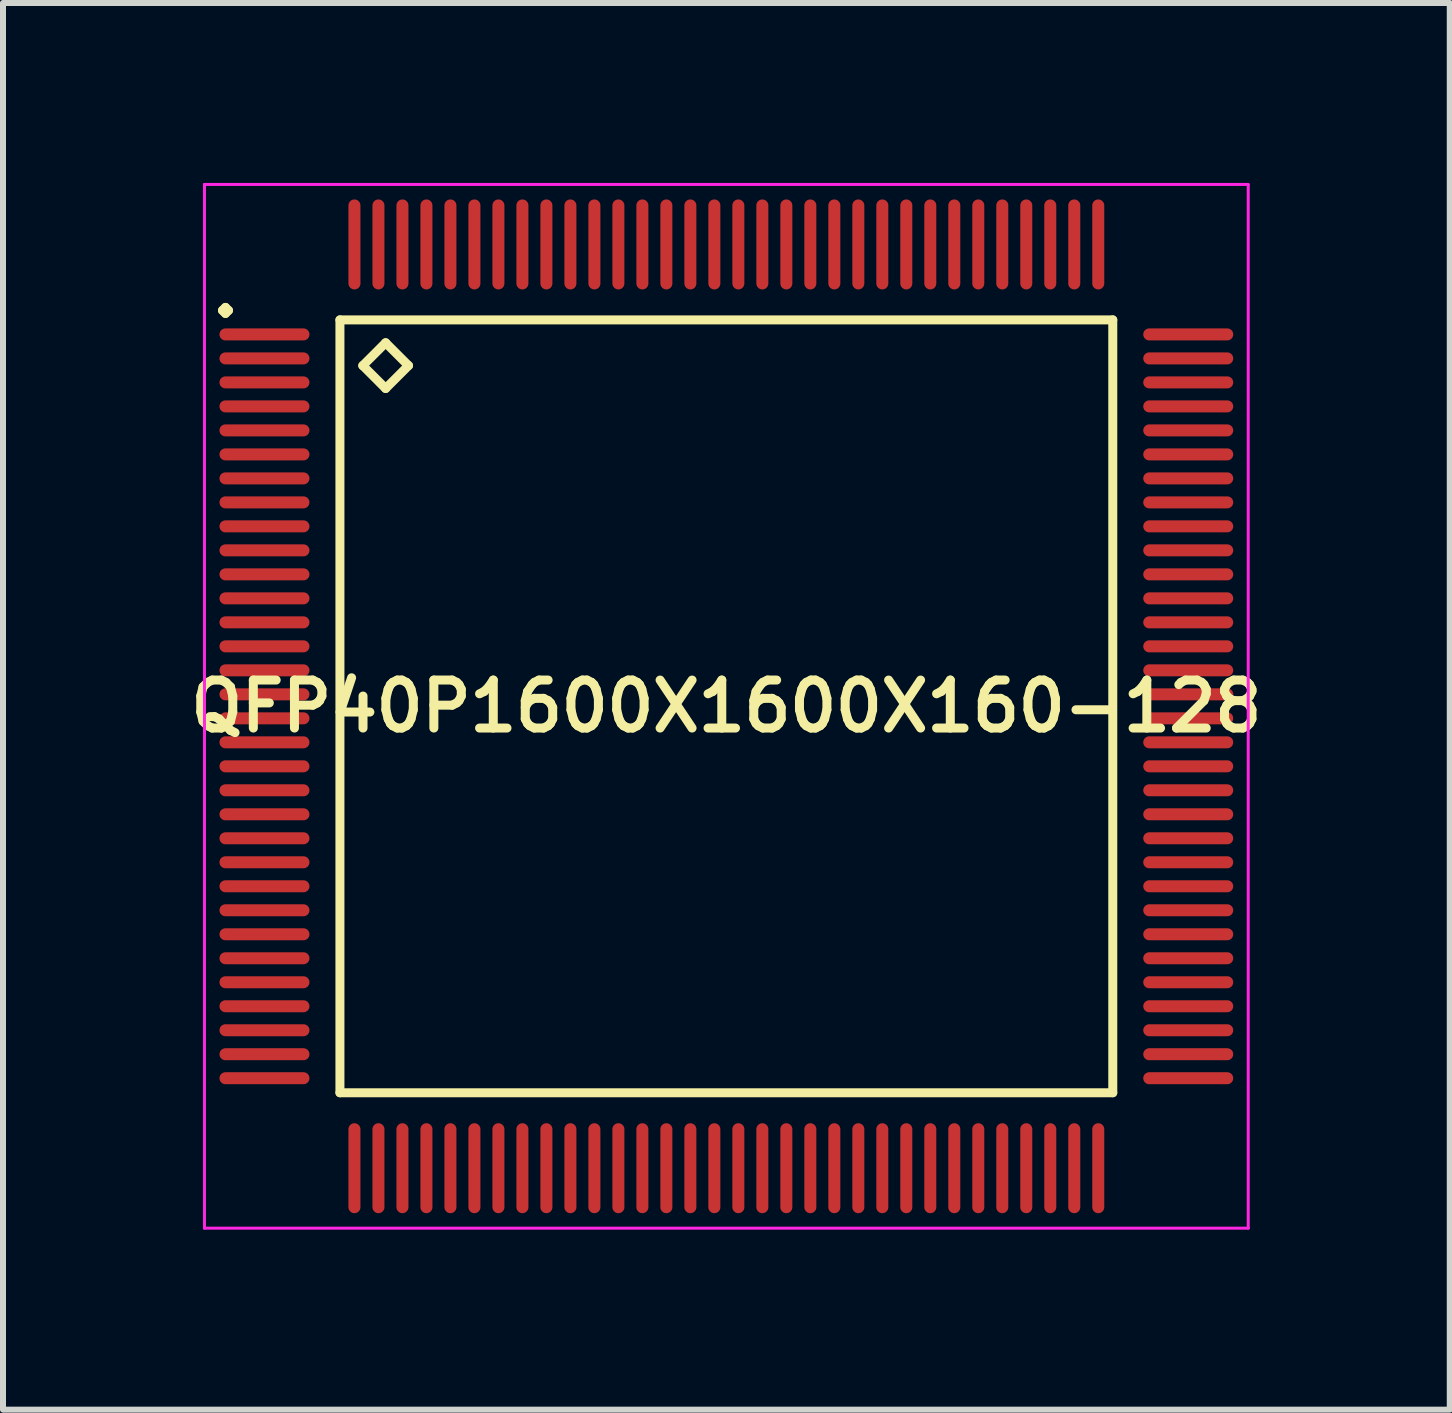
<source format=kicad_pcb>
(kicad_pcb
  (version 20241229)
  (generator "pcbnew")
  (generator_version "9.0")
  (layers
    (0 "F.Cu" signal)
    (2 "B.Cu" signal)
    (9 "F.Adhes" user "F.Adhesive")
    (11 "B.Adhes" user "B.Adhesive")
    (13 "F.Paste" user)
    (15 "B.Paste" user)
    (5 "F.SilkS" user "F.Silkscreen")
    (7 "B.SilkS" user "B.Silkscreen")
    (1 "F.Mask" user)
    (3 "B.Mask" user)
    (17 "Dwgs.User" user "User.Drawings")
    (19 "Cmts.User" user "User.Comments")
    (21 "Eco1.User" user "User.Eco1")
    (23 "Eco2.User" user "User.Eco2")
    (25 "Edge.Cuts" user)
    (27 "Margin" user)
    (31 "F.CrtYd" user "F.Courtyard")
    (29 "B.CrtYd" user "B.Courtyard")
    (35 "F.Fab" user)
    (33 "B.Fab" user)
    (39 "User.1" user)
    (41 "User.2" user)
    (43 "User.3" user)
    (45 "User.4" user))
  (footprint "QFP40P1600X1600X160-128"
    (layer "F.Cu")
    (at 9.059 8.725)
    (property "Reference" "QFP40P1600X1600X160-128" (at 0 0 0) (layer "F.SilkS") (effects (font (size 0.8 0.8) (thickness 0.15))))
    (attr smd)
    (fp_line (start -8.4 -6.6) (end -8.35 -6.65) (stroke (width 0.15) (type solid)) (layer "F.SilkS"))
    (fp_line (start -8.35 -6.65) (end -8.3 -6.6) (stroke (width 0.15) (type solid)) (layer "F.SilkS"))
    (fp_line (start -8.35 -6.55) (end -8.4 -6.6) (stroke (width 0.15) (type solid)) (layer "F.SilkS"))
    (fp_line (start -8.3 -6.6) (end -8.35 -6.55) (stroke (width 0.15) (type solid)) (layer "F.SilkS"))
    (fp_line (start -6.442 -6.442) (end -6.442 6.442) (stroke (width 0.15) (type solid)) (layer "F.SilkS"))
    (fp_line (start -6.442 6.442) (end 6.442 6.442) (stroke (width 0.15) (type solid)) (layer "F.SilkS"))
    (fp_line (start -6.061 -5.68) (end -5.68 -6.061) (stroke (width 0.15) (type solid)) (layer "F.SilkS"))
    (fp_line (start -5.68 -6.061) (end -5.299 -5.68) (stroke (width 0.15) (type solid)) (layer "F.SilkS"))
    (fp_line (start -5.68 -5.299) (end -6.061 -5.68) (stroke (width 0.15) (type solid)) (layer "F.SilkS"))
    (fp_line (start -5.299 -5.68) (end -5.68 -5.299) (stroke (width 0.15) (type solid)) (layer "F.SilkS"))
    (fp_line (start 6.442 -6.442) (end -6.442 -6.442) (stroke (width 0.15) (type solid)) (layer "F.SilkS"))
    (fp_line (start 6.442 6.442) (end 6.442 -6.442) (stroke (width 0.15) (type solid)) (layer "F.SilkS"))
    (fp_line (start -8.7 -8.7) (end 8.7 -8.7) (stroke (width 0.05) (type solid)) (layer "F.CrtYd"))
    (fp_line (start -8.7 8.7) (end -8.7 -8.7) (stroke (width 0.05) (type solid)) (layer "F.CrtYd"))
    (fp_line (start 8.7 -8.7) (end 8.7 8.7) (stroke (width 0.05) (type solid)) (layer "F.CrtYd"))
    (fp_line (start 8.7 8.7) (end -8.7 8.7) (stroke (width 0.05) (type solid)) (layer "F.CrtYd"))
    (pad "1" smd oval (at -7.7 -6.2) (size 1.5 0.2) (layers "F.Cu" "F.Mask" "F.Paste"))
    (pad "2" smd oval (at -7.7 -5.8) (size 1.5 0.2) (layers "F.Cu" "F.Mask" "F.Paste"))
    (pad "3" smd oval (at -7.7 -5.4) (size 1.5 0.2) (layers "F.Cu" "F.Mask" "F.Paste"))
    (pad "4" smd oval (at -7.7 -5) (size 1.5 0.2) (layers "F.Cu" "F.Mask" "F.Paste"))
    (pad "5" smd oval (at -7.7 -4.6) (size 1.5 0.2) (layers "F.Cu" "F.Mask" "F.Paste"))
    (pad "6" smd oval (at -7.7 -4.2) (size 1.5 0.2) (layers "F.Cu" "F.Mask" "F.Paste"))
    (pad "7" smd oval (at -7.7 -3.8) (size 1.5 0.2) (layers "F.Cu" "F.Mask" "F.Paste"))
    (pad "8" smd oval (at -7.7 -3.4) (size 1.5 0.2) (layers "F.Cu" "F.Mask" "F.Paste"))
    (pad "9" smd oval (at -7.7 -3) (size 1.5 0.2) (layers "F.Cu" "F.Mask" "F.Paste"))
    (pad "10" smd oval (at -7.7 -2.6) (size 1.5 0.2) (layers "F.Cu" "F.Mask" "F.Paste"))
    (pad "11" smd oval (at -7.7 -2.2) (size 1.5 0.2) (layers "F.Cu" "F.Mask" "F.Paste"))
    (pad "12" smd oval (at -7.7 -1.8) (size 1.5 0.2) (layers "F.Cu" "F.Mask" "F.Paste"))
    (pad "13" smd oval (at -7.7 -1.4) (size 1.5 0.2) (layers "F.Cu" "F.Mask" "F.Paste"))
    (pad "14" smd oval (at -7.7 -1) (size 1.5 0.2) (layers "F.Cu" "F.Mask" "F.Paste"))
    (pad "15" smd oval (at -7.7 -0.6) (size 1.5 0.2) (layers "F.Cu" "F.Mask" "F.Paste"))
    (pad "16" smd oval (at -7.7 -0.2) (size 1.5 0.2) (layers "F.Cu" "F.Mask" "F.Paste"))
    (pad "17" smd oval (at -7.7 0.2) (size 1.5 0.2) (layers "F.Cu" "F.Mask" "F.Paste"))
    (pad "18" smd oval (at -7.7 0.6) (size 1.5 0.2) (layers "F.Cu" "F.Mask" "F.Paste"))
    (pad "19" smd oval (at -7.7 1) (size 1.5 0.2) (layers "F.Cu" "F.Mask" "F.Paste"))
    (pad "20" smd oval (at -7.7 1.4) (size 1.5 0.2) (layers "F.Cu" "F.Mask" "F.Paste"))
    (pad "21" smd oval (at -7.7 1.8) (size 1.5 0.2) (layers "F.Cu" "F.Mask" "F.Paste"))
    (pad "22" smd oval (at -7.7 2.2) (size 1.5 0.2) (layers "F.Cu" "F.Mask" "F.Paste"))
    (pad "23" smd oval (at -7.7 2.6) (size 1.5 0.2) (layers "F.Cu" "F.Mask" "F.Paste"))
    (pad "24" smd oval (at -7.7 3) (size 1.5 0.2) (layers "F.Cu" "F.Mask" "F.Paste"))
    (pad "25" smd oval (at -7.7 3.4) (size 1.5 0.2) (layers "F.Cu" "F.Mask" "F.Paste"))
    (pad "26" smd oval (at -7.7 3.8) (size 1.5 0.2) (layers "F.Cu" "F.Mask" "F.Paste"))
    (pad "27" smd oval (at -7.7 4.2) (size 1.5 0.2) (layers "F.Cu" "F.Mask" "F.Paste"))
    (pad "28" smd oval (at -7.7 4.6) (size 1.5 0.2) (layers "F.Cu" "F.Mask" "F.Paste"))
    (pad "29" smd oval (at -7.7 5) (size 1.5 0.2) (layers "F.Cu" "F.Mask" "F.Paste"))
    (pad "30" smd oval (at -7.7 5.4) (size 1.5 0.2) (layers "F.Cu" "F.Mask" "F.Paste"))
    (pad "31" smd oval (at -7.7 5.8) (size 1.5 0.2) (layers "F.Cu" "F.Mask" "F.Paste"))
    (pad "32" smd oval (at -7.7 6.2) (size 1.5 0.2) (layers "F.Cu" "F.Mask" "F.Paste"))
    (pad "33" smd oval (at -6.2 7.7) (size 0.2 1.5) (layers "F.Cu" "F.Mask" "F.Paste"))
    (pad "34" smd oval (at -5.8 7.7) (size 0.2 1.5) (layers "F.Cu" "F.Mask" "F.Paste"))
    (pad "35" smd oval (at -5.4 7.7) (size 0.2 1.5) (layers "F.Cu" "F.Mask" "F.Paste"))
    (pad "36" smd oval (at -5 7.7) (size 0.2 1.5) (layers "F.Cu" "F.Mask" "F.Paste"))
    (pad "37" smd oval (at -4.6 7.7) (size 0.2 1.5) (layers "F.Cu" "F.Mask" "F.Paste"))
    (pad "38" smd oval (at -4.2 7.7) (size 0.2 1.5) (layers "F.Cu" "F.Mask" "F.Paste"))
    (pad "39" smd oval (at -3.8 7.7) (size 0.2 1.5) (layers "F.Cu" "F.Mask" "F.Paste"))
    (pad "40" smd oval (at -3.4 7.7) (size 0.2 1.5) (layers "F.Cu" "F.Mask" "F.Paste"))
    (pad "41" smd oval (at -3 7.7) (size 0.2 1.5) (layers "F.Cu" "F.Mask" "F.Paste"))
    (pad "42" smd oval (at -2.6 7.7) (size 0.2 1.5) (layers "F.Cu" "F.Mask" "F.Paste"))
    (pad "43" smd oval (at -2.2 7.7) (size 0.2 1.5) (layers "F.Cu" "F.Mask" "F.Paste"))
    (pad "44" smd oval (at -1.8 7.7) (size 0.2 1.5) (layers "F.Cu" "F.Mask" "F.Paste"))
    (pad "45" smd oval (at -1.4 7.7) (size 0.2 1.5) (layers "F.Cu" "F.Mask" "F.Paste"))
    (pad "46" smd oval (at -1 7.7) (size 0.2 1.5) (layers "F.Cu" "F.Mask" "F.Paste"))
    (pad "47" smd oval (at -0.6 7.7) (size 0.2 1.5) (layers "F.Cu" "F.Mask" "F.Paste"))
    (pad "48" smd oval (at -0.2 7.7) (size 0.2 1.5) (layers "F.Cu" "F.Mask" "F.Paste"))
    (pad "49" smd oval (at 0.2 7.7) (size 0.2 1.5) (layers "F.Cu" "F.Mask" "F.Paste"))
    (pad "50" smd oval (at 0.6 7.7) (size 0.2 1.5) (layers "F.Cu" "F.Mask" "F.Paste"))
    (pad "51" smd oval (at 1 7.7) (size 0.2 1.5) (layers "F.Cu" "F.Mask" "F.Paste"))
    (pad "52" smd oval (at 1.4 7.7) (size 0.2 1.5) (layers "F.Cu" "F.Mask" "F.Paste"))
    (pad "53" smd oval (at 1.8 7.7) (size 0.2 1.5) (layers "F.Cu" "F.Mask" "F.Paste"))
    (pad "54" smd oval (at 2.2 7.7) (size 0.2 1.5) (layers "F.Cu" "F.Mask" "F.Paste"))
    (pad "55" smd oval (at 2.6 7.7) (size 0.2 1.5) (layers "F.Cu" "F.Mask" "F.Paste"))
    (pad "56" smd oval (at 3 7.7) (size 0.2 1.5) (layers "F.Cu" "F.Mask" "F.Paste"))
    (pad "57" smd oval (at 3.4 7.7) (size 0.2 1.5) (layers "F.Cu" "F.Mask" "F.Paste"))
    (pad "58" smd oval (at 3.8 7.7) (size 0.2 1.5) (layers "F.Cu" "F.Mask" "F.Paste"))
    (pad "59" smd oval (at 4.2 7.7) (size 0.2 1.5) (layers "F.Cu" "F.Mask" "F.Paste"))
    (pad "60" smd oval (at 4.6 7.7) (size 0.2 1.5) (layers "F.Cu" "F.Mask" "F.Paste"))
    (pad "61" smd oval (at 5 7.7) (size 0.2 1.5) (layers "F.Cu" "F.Mask" "F.Paste"))
    (pad "62" smd oval (at 5.4 7.7) (size 0.2 1.5) (layers "F.Cu" "F.Mask" "F.Paste"))
    (pad "63" smd oval (at 5.8 7.7) (size 0.2 1.5) (layers "F.Cu" "F.Mask" "F.Paste"))
    (pad "64" smd oval (at 6.2 7.7) (size 0.2 1.5) (layers "F.Cu" "F.Mask" "F.Paste"))
    (pad "65" smd oval (at 7.7 6.2) (size 1.5 0.2) (layers "F.Cu" "F.Mask" "F.Paste"))
    (pad "66" smd oval (at 7.7 5.8) (size 1.5 0.2) (layers "F.Cu" "F.Mask" "F.Paste"))
    (pad "67" smd oval (at 7.7 5.4) (size 1.5 0.2) (layers "F.Cu" "F.Mask" "F.Paste"))
    (pad "68" smd oval (at 7.7 5) (size 1.5 0.2) (layers "F.Cu" "F.Mask" "F.Paste"))
    (pad "69" smd oval (at 7.7 4.6) (size 1.5 0.2) (layers "F.Cu" "F.Mask" "F.Paste"))
    (pad "70" smd oval (at 7.7 4.2) (size 1.5 0.2) (layers "F.Cu" "F.Mask" "F.Paste"))
    (pad "71" smd oval (at 7.7 3.8) (size 1.5 0.2) (layers "F.Cu" "F.Mask" "F.Paste"))
    (pad "72" smd oval (at 7.7 3.4) (size 1.5 0.2) (layers "F.Cu" "F.Mask" "F.Paste"))
    (pad "73" smd oval (at 7.7 3) (size 1.5 0.2) (layers "F.Cu" "F.Mask" "F.Paste"))
    (pad "74" smd oval (at 7.7 2.6) (size 1.5 0.2) (layers "F.Cu" "F.Mask" "F.Paste"))
    (pad "75" smd oval (at 7.7 2.2) (size 1.5 0.2) (layers "F.Cu" "F.Mask" "F.Paste"))
    (pad "76" smd oval (at 7.7 1.8) (size 1.5 0.2) (layers "F.Cu" "F.Mask" "F.Paste"))
    (pad "77" smd oval (at 7.7 1.4) (size 1.5 0.2) (layers "F.Cu" "F.Mask" "F.Paste"))
    (pad "78" smd oval (at 7.7 1) (size 1.5 0.2) (layers "F.Cu" "F.Mask" "F.Paste"))
    (pad "79" smd oval (at 7.7 0.6) (size 1.5 0.2) (layers "F.Cu" "F.Mask" "F.Paste"))
    (pad "80" smd oval (at 7.7 0.2) (size 1.5 0.2) (layers "F.Cu" "F.Mask" "F.Paste"))
    (pad "81" smd oval (at 7.7 -0.2) (size 1.5 0.2) (layers "F.Cu" "F.Mask" "F.Paste"))
    (pad "82" smd oval (at 7.7 -0.6) (size 1.5 0.2) (layers "F.Cu" "F.Mask" "F.Paste"))
    (pad "83" smd oval (at 7.7 -1) (size 1.5 0.2) (layers "F.Cu" "F.Mask" "F.Paste"))
    (pad "84" smd oval (at 7.7 -1.4) (size 1.5 0.2) (layers "F.Cu" "F.Mask" "F.Paste"))
    (pad "85" smd oval (at 7.7 -1.8) (size 1.5 0.2) (layers "F.Cu" "F.Mask" "F.Paste"))
    (pad "86" smd oval (at 7.7 -2.2) (size 1.5 0.2) (layers "F.Cu" "F.Mask" "F.Paste"))
    (pad "87" smd oval (at 7.7 -2.6) (size 1.5 0.2) (layers "F.Cu" "F.Mask" "F.Paste"))
    (pad "88" smd oval (at 7.7 -3) (size 1.5 0.2) (layers "F.Cu" "F.Mask" "F.Paste"))
    (pad "89" smd oval (at 7.7 -3.4) (size 1.5 0.2) (layers "F.Cu" "F.Mask" "F.Paste"))
    (pad "90" smd oval (at 7.7 -3.8) (size 1.5 0.2) (layers "F.Cu" "F.Mask" "F.Paste"))
    (pad "91" smd oval (at 7.7 -4.2) (size 1.5 0.2) (layers "F.Cu" "F.Mask" "F.Paste"))
    (pad "92" smd oval (at 7.7 -4.6) (size 1.5 0.2) (layers "F.Cu" "F.Mask" "F.Paste"))
    (pad "93" smd oval (at 7.7 -5) (size 1.5 0.2) (layers "F.Cu" "F.Mask" "F.Paste"))
    (pad "94" smd oval (at 7.7 -5.4) (size 1.5 0.2) (layers "F.Cu" "F.Mask" "F.Paste"))
    (pad "95" smd oval (at 7.7 -5.8) (size 1.5 0.2) (layers "F.Cu" "F.Mask" "F.Paste"))
    (pad "96" smd oval (at 7.7 -6.2) (size 1.5 0.2) (layers "F.Cu" "F.Mask" "F.Paste"))
    (pad "97" smd oval (at 6.2 -7.7) (size 0.2 1.5) (layers "F.Cu" "F.Mask" "F.Paste"))
    (pad "98" smd oval (at 5.8 -7.7) (size 0.2 1.5) (layers "F.Cu" "F.Mask" "F.Paste"))
    (pad "99" smd oval (at 5.4 -7.7) (size 0.2 1.5) (layers "F.Cu" "F.Mask" "F.Paste"))
    (pad "100" smd oval (at 5 -7.7) (size 0.2 1.5) (layers "F.Cu" "F.Mask" "F.Paste"))
    (pad "101" smd oval (at 4.6 -7.7) (size 0.2 1.5) (layers "F.Cu" "F.Mask" "F.Paste"))
    (pad "102" smd oval (at 4.2 -7.7) (size 0.2 1.5) (layers "F.Cu" "F.Mask" "F.Paste"))
    (pad "103" smd oval (at 3.8 -7.7) (size 0.2 1.5) (layers "F.Cu" "F.Mask" "F.Paste"))
    (pad "104" smd oval (at 3.4 -7.7) (size 0.2 1.5) (layers "F.Cu" "F.Mask" "F.Paste"))
    (pad "105" smd oval (at 3 -7.7) (size 0.2 1.5) (layers "F.Cu" "F.Mask" "F.Paste"))
    (pad "106" smd oval (at 2.6 -7.7) (size 0.2 1.5) (layers "F.Cu" "F.Mask" "F.Paste"))
    (pad "107" smd oval (at 2.2 -7.7) (size 0.2 1.5) (layers "F.Cu" "F.Mask" "F.Paste"))
    (pad "108" smd oval (at 1.8 -7.7) (size 0.2 1.5) (layers "F.Cu" "F.Mask" "F.Paste"))
    (pad "109" smd oval (at 1.4 -7.7) (size 0.2 1.5) (layers "F.Cu" "F.Mask" "F.Paste"))
    (pad "110" smd oval (at 1 -7.7) (size 0.2 1.5) (layers "F.Cu" "F.Mask" "F.Paste"))
    (pad "111" smd oval (at 0.6 -7.7) (size 0.2 1.5) (layers "F.Cu" "F.Mask" "F.Paste"))
    (pad "112" smd oval (at 0.2 -7.7) (size 0.2 1.5) (layers "F.Cu" "F.Mask" "F.Paste"))
    (pad "113" smd oval (at -0.2 -7.7) (size 0.2 1.5) (layers "F.Cu" "F.Mask" "F.Paste"))
    (pad "114" smd oval (at -0.6 -7.7) (size 0.2 1.5) (layers "F.Cu" "F.Mask" "F.Paste"))
    (pad "115" smd oval (at -1 -7.7) (size 0.2 1.5) (layers "F.Cu" "F.Mask" "F.Paste"))
    (pad "116" smd oval (at -1.4 -7.7) (size 0.2 1.5) (layers "F.Cu" "F.Mask" "F.Paste"))
    (pad "117" smd oval (at -1.8 -7.7) (size 0.2 1.5) (layers "F.Cu" "F.Mask" "F.Paste"))
    (pad "118" smd oval (at -2.2 -7.7) (size 0.2 1.5) (layers "F.Cu" "F.Mask" "F.Paste"))
    (pad "119" smd oval (at -2.6 -7.7) (size 0.2 1.5) (layers "F.Cu" "F.Mask" "F.Paste"))
    (pad "120" smd oval (at -3 -7.7) (size 0.2 1.5) (layers "F.Cu" "F.Mask" "F.Paste"))
    (pad "121" smd oval (at -3.4 -7.7) (size 0.2 1.5) (layers "F.Cu" "F.Mask" "F.Paste"))
    (pad "122" smd oval (at -3.8 -7.7) (size 0.2 1.5) (layers "F.Cu" "F.Mask" "F.Paste"))
    (pad "123" smd oval (at -4.2 -7.7) (size 0.2 1.5) (layers "F.Cu" "F.Mask" "F.Paste"))
    (pad "124" smd oval (at -4.6 -7.7) (size 0.2 1.5) (layers "F.Cu" "F.Mask" "F.Paste"))
    (pad "125" smd oval (at -5 -7.7) (size 0.2 1.5) (layers "F.Cu" "F.Mask" "F.Paste"))
    (pad "126" smd oval (at -5.4 -7.7) (size 0.2 1.5) (layers "F.Cu" "F.Mask" "F.Paste"))
    (pad "127" smd oval (at -5.8 -7.7) (size 0.2 1.5) (layers "F.Cu" "F.Mask" "F.Paste"))
    (pad "128" smd oval (at -6.2 -7.7) (size 0.2 1.5) (layers "F.Cu" "F.Mask" "F.Paste")))
  (gr_rect
    (start -3 -3)
    (end 21.119 20.45)
    (stroke (width 0.1) (type default))
    (fill no)
    (layer "Edge.Cuts")))
</source>
